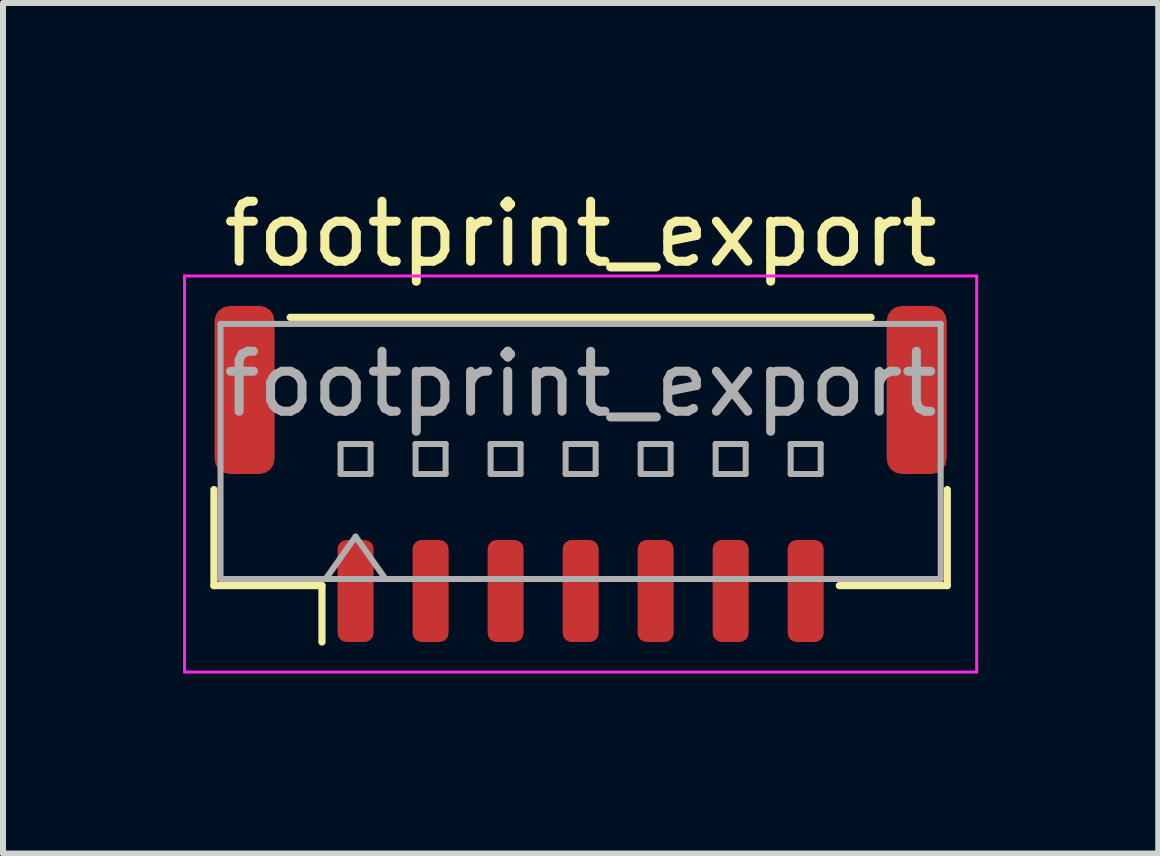
<source format=kicad_pcb>
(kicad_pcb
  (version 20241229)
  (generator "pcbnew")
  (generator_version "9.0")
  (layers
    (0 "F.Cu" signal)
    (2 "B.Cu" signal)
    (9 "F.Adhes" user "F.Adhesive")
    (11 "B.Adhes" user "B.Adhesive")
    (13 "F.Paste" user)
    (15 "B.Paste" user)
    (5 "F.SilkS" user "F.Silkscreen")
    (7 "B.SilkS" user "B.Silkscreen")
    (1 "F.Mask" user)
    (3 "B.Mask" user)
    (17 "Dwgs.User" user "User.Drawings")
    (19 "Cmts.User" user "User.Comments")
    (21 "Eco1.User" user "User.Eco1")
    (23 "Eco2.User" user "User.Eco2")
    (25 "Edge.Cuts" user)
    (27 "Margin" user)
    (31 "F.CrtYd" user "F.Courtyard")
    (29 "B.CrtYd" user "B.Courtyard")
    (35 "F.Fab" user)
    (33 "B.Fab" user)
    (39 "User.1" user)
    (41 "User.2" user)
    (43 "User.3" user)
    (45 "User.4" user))
  (footprint "footprint_export"
    (layer "F.Cu")
    (at 6.625 4.848)
    (property "Reference" "footprint_export" (at 0 -4 0) (layer "F.SilkS") (effects (font (size 1 1) (thickness 0.15))))
    (attr smd)
    (fp_line (start -6.11 0.26) (end -6.11 1.86) (stroke (width 0.12) (type solid)) (layer "F.SilkS"))
    (fp_line (start -6.11 1.86) (end -4.31 1.86) (stroke (width 0.12) (type solid)) (layer "F.SilkS"))
    (fp_line (start -4.84 -2.61) (end 4.84 -2.61) (stroke (width 0.12) (type solid)) (layer "F.SilkS"))
    (fp_line (start -4.31 1.86) (end -4.31 2.8) (stroke (width 0.12) (type solid)) (layer "F.SilkS"))
    (fp_line (start 6.11 0.26) (end 6.11 1.86) (stroke (width 0.12) (type solid)) (layer "F.SilkS"))
    (fp_line (start 6.11 1.86) (end 4.31 1.86) (stroke (width 0.12) (type solid)) (layer "F.SilkS"))
    (fp_line (start -6.6 -3.3) (end -6.6 3.3) (stroke (width 0.05) (type solid)) (layer "F.CrtYd"))
    (fp_line (start -6.6 3.3) (end 6.6 3.3) (stroke (width 0.05) (type solid)) (layer "F.CrtYd"))
    (fp_line (start 6.6 -3.3) (end -6.6 -3.3) (stroke (width 0.05) (type solid)) (layer "F.CrtYd"))
    (fp_line (start 6.6 3.3) (end 6.6 -3.3) (stroke (width 0.05) (type solid)) (layer "F.CrtYd"))
    (fp_line (start -6 -2.5) (end 6 -2.5) (stroke (width 0.1) (type solid)) (layer "F.Fab"))
    (fp_line (start -6 1.75) (end -6 -2.5) (stroke (width 0.1) (type solid)) (layer "F.Fab"))
    (fp_line (start -6 1.75) (end 6 1.75) (stroke (width 0.1) (type solid)) (layer "F.Fab"))
    (fp_line (start -4.25 1.75) (end -3.75 1.043) (stroke (width 0.1) (type solid)) (layer "F.Fab"))
    (fp_line (start -4 -0.5) (end -4 0) (stroke (width 0.1) (type solid)) (layer "F.Fab"))
    (fp_line (start -4 0) (end -3.5 0) (stroke (width 0.1) (type solid)) (layer "F.Fab"))
    (fp_line (start -3.75 1.043) (end -3.25 1.75) (stroke (width 0.1) (type solid)) (layer "F.Fab"))
    (fp_line (start -3.5 -0.5) (end -4 -0.5) (stroke (width 0.1) (type solid)) (layer "F.Fab"))
    (fp_line (start -3.5 0) (end -3.5 -0.5) (stroke (width 0.1) (type solid)) (layer "F.Fab"))
    (fp_line (start -2.75 -0.5) (end -2.75 0) (stroke (width 0.1) (type solid)) (layer "F.Fab"))
    (fp_line (start -2.75 0) (end -2.25 0) (stroke (width 0.1) (type solid)) (layer "F.Fab"))
    (fp_line (start -2.25 -0.5) (end -2.75 -0.5) (stroke (width 0.1) (type solid)) (layer "F.Fab"))
    (fp_line (start -2.25 0) (end -2.25 -0.5) (stroke (width 0.1) (type solid)) (layer "F.Fab"))
    (fp_line (start -1.5 -0.5) (end -1.5 0) (stroke (width 0.1) (type solid)) (layer "F.Fab"))
    (fp_line (start -1.5 0) (end -1 0) (stroke (width 0.1) (type solid)) (layer "F.Fab"))
    (fp_line (start -1 -0.5) (end -1.5 -0.5) (stroke (width 0.1) (type solid)) (layer "F.Fab"))
    (fp_line (start -1 0) (end -1 -0.5) (stroke (width 0.1) (type solid)) (layer "F.Fab"))
    (fp_line (start -0.25 -0.5) (end -0.25 0) (stroke (width 0.1) (type solid)) (layer "F.Fab"))
    (fp_line (start -0.25 0) (end 0.25 0) (stroke (width 0.1) (type solid)) (layer "F.Fab"))
    (fp_line (start 0.25 -0.5) (end -0.25 -0.5) (stroke (width 0.1) (type solid)) (layer "F.Fab"))
    (fp_line (start 0.25 0) (end 0.25 -0.5) (stroke (width 0.1) (type solid)) (layer "F.Fab"))
    (fp_line (start 1 -0.5) (end 1 0) (stroke (width 0.1) (type solid)) (layer "F.Fab"))
    (fp_line (start 1 0) (end 1.5 0) (stroke (width 0.1) (type solid)) (layer "F.Fab"))
    (fp_line (start 1.5 -0.5) (end 1 -0.5) (stroke (width 0.1) (type solid)) (layer "F.Fab"))
    (fp_line (start 1.5 0) (end 1.5 -0.5) (stroke (width 0.1) (type solid)) (layer "F.Fab"))
    (fp_line (start 2.25 -0.5) (end 2.25 0) (stroke (width 0.1) (type solid)) (layer "F.Fab"))
    (fp_line (start 2.25 0) (end 2.75 0) (stroke (width 0.1) (type solid)) (layer "F.Fab"))
    (fp_line (start 2.75 -0.5) (end 2.25 -0.5) (stroke (width 0.1) (type solid)) (layer "F.Fab"))
    (fp_line (start 2.75 0) (end 2.75 -0.5) (stroke (width 0.1) (type solid)) (layer "F.Fab"))
    (fp_line (start 3.5 -0.5) (end 3.5 0) (stroke (width 0.1) (type solid)) (layer "F.Fab"))
    (fp_line (start 3.5 0) (end 4 0) (stroke (width 0.1) (type solid)) (layer "F.Fab"))
    (fp_line (start 4 -0.5) (end 3.5 -0.5) (stroke (width 0.1) (type solid)) (layer "F.Fab"))
    (fp_line (start 4 0) (end 4 -0.5) (stroke (width 0.1) (type solid)) (layer "F.Fab"))
    (fp_line (start 6 1.75) (end 6 -2.5) (stroke (width 0.1) (type solid)) (layer "F.Fab"))
    (fp_text user "${REFERENCE}" (at 0 -1.5 0) (layer "F.Fab") (effects (font (size 1 1) (thickness 0.15))))
    (pad "1" smd roundrect (at -3.75 1.95) (size 0.6 1.7) (layers "F.Cu" "F.Mask" "F.Paste") (roundrect_rratio 0.25))
    (pad "2" smd roundrect (at -2.5 1.95) (size 0.6 1.7) (layers "F.Cu" "F.Mask" "F.Paste") (roundrect_rratio 0.25))
    (pad "3" smd roundrect (at -1.25 1.95) (size 0.6 1.7) (layers "F.Cu" "F.Mask" "F.Paste") (roundrect_rratio 0.25))
    (pad "4" smd roundrect (at 0 1.95) (size 0.6 1.7) (layers "F.Cu" "F.Mask" "F.Paste") (roundrect_rratio 0.25))
    (pad "5" smd roundrect (at 1.25 1.95) (size 0.6 1.7) (layers "F.Cu" "F.Mask" "F.Paste") (roundrect_rratio 0.25))
    (pad "6" smd roundrect (at 2.5 1.95) (size 0.6 1.7) (layers "F.Cu" "F.Mask" "F.Paste") (roundrect_rratio 0.25))
    (pad "7" smd roundrect (at 3.75 1.95) (size 0.6 1.7) (layers "F.Cu" "F.Mask" "F.Paste") (roundrect_rratio 0.25))
    (pad "MP" smd roundrect (at -5.6 -1.4) (size 1 2.8) (layers "F.Cu" "F.Mask" "F.Paste") (roundrect_rratio 0.25))
    (pad "MP" smd roundrect (at 5.6 -1.4) (size 1 2.8) (layers "F.Cu" "F.Mask" "F.Paste") (roundrect_rratio 0.25)))
  (gr_rect
    (start -3 -3)
    (end 16.25 11.173)
    (stroke (width 0.1) (type default))
    (fill no)
    (layer "Edge.Cuts")))
</source>
